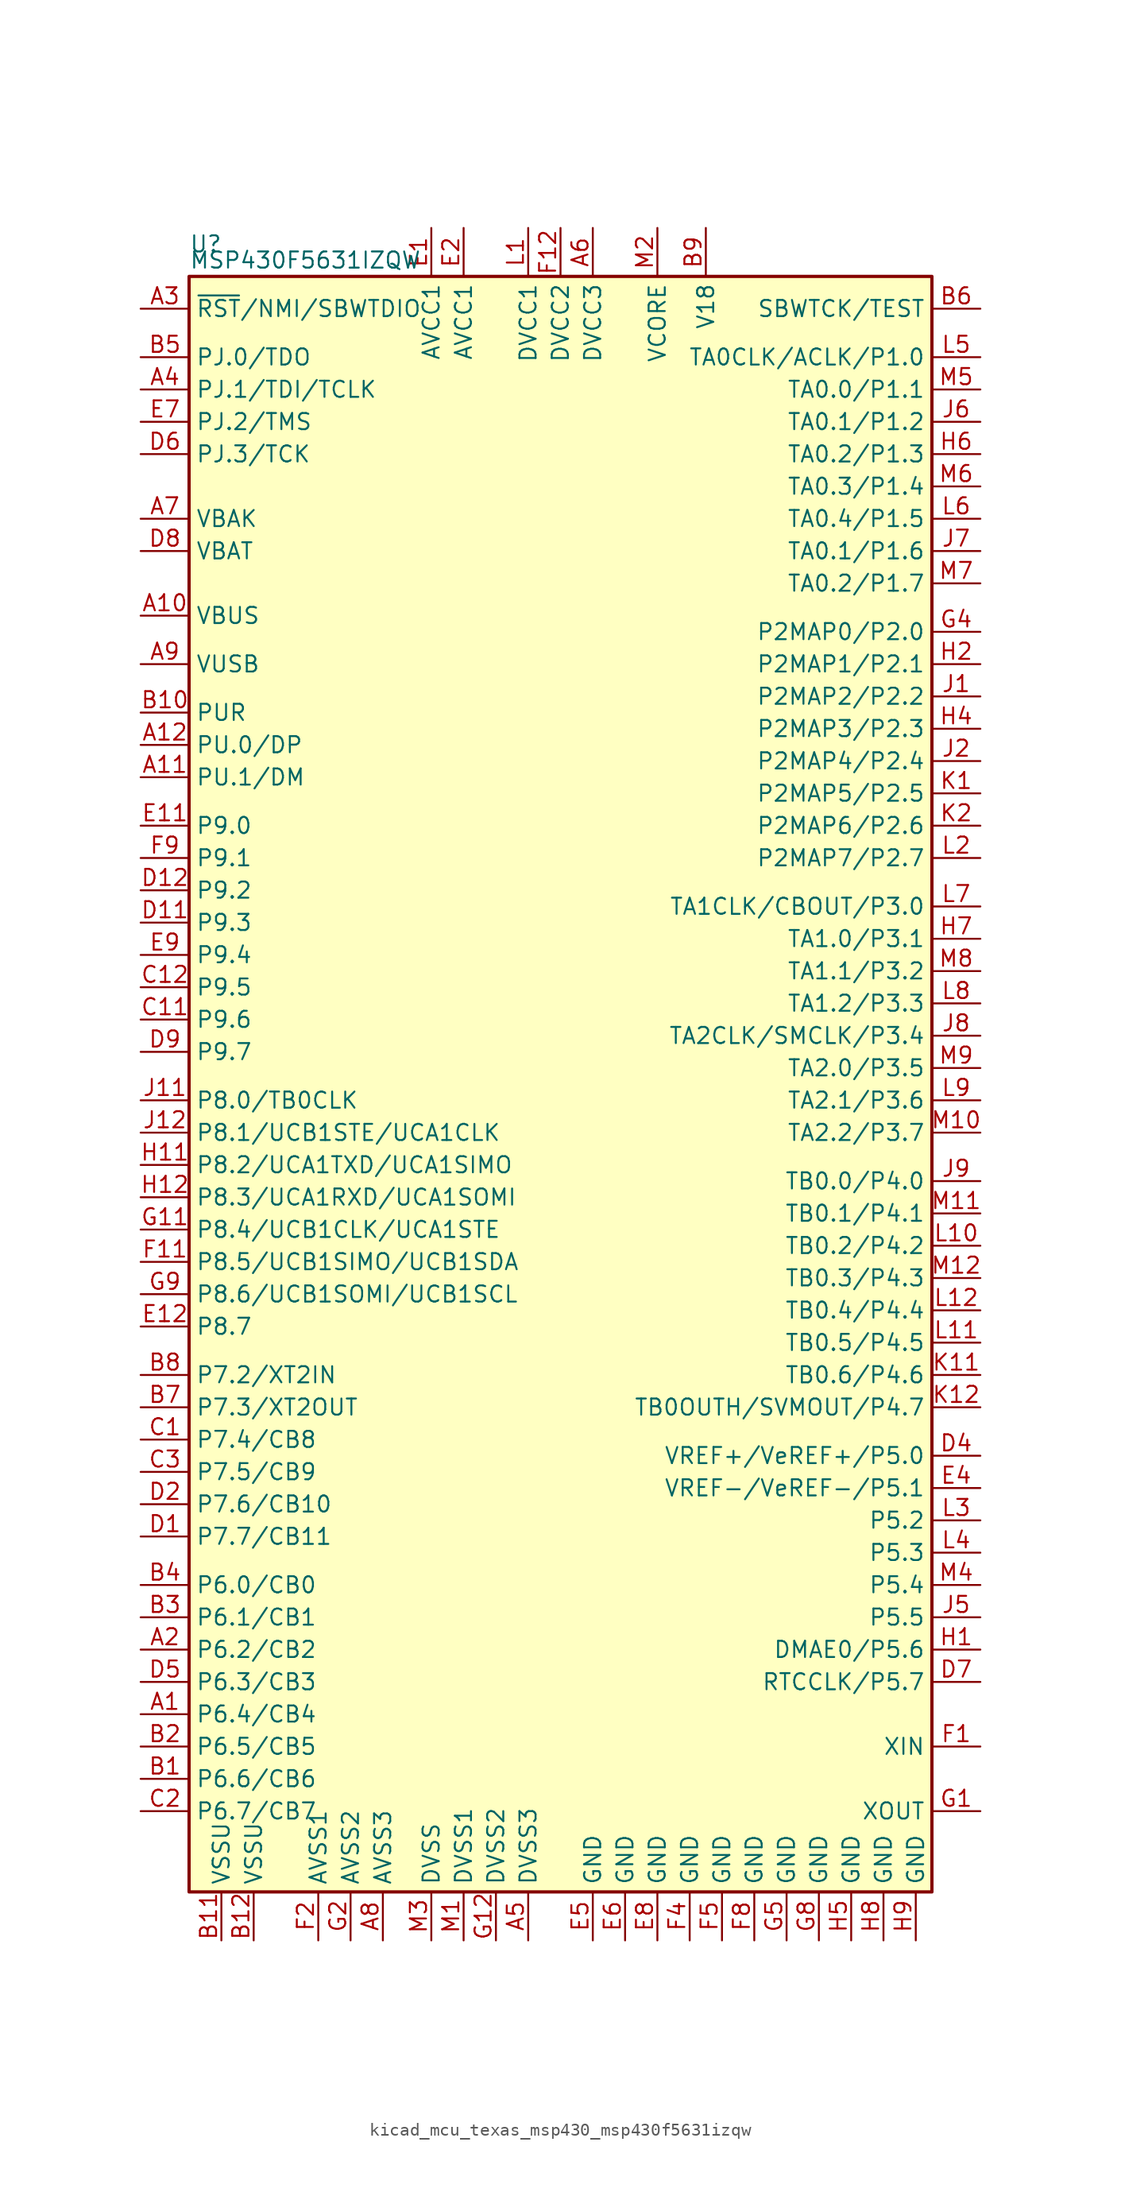
<source format=kicad_sym>
(kicad_symbol_lib
  (version 20220914)
  (generator kicad_symbol_editor)
  (symbol "kicad_mcu_texas_msp430_msp430f5631izqw"
    (property "Reference" "U"
      (at -29.21 66.04 0)
      (effects (font (size 1.27 1.27)) (justify left)))
    (property "Value" "MSP430F5631IZQW"
      (at -29.21 64.77 0)
      (effects (font (size 1.27 1.27)) (justify left)))
    (symbol "kicad_mcu_texas_msp430_msp430f5631izqw_0_1"
      (rectangle (start -29.21 63.5) (end 29.21 -63.5) (stroke (width 0.254) (type default)) (fill (type background))))
    (symbol "kicad_mcu_texas_msp430_msp430f5631izqw_1_1"
      (pin bidirectional line (at -33.02 -49.53 0) (length 3.81) (name "P6.4/CB4" (effects (font (size 1.27 1.27)))) (number "A1" (effects (font (size 1.27 1.27)))))
      (pin bidirectional line (at -33.02 36.83 0) (length 3.81) (name "VBUS" (effects (font (size 1.27 1.27)))) (number "A10" (effects (font (size 1.27 1.27)))))
      (pin bidirectional line (at -33.02 24.13 0) (length 3.81) (name "PU.1/DM" (effects (font (size 1.27 1.27)))) (number "A11" (effects (font (size 1.27 1.27)))))
      (pin bidirectional line (at -33.02 26.67 0) (length 3.81) (name "PU.0/DP" (effects (font (size 1.27 1.27)))) (number "A12" (effects (font (size 1.27 1.27)))))
      (pin bidirectional line (at -33.02 -44.45 0) (length 3.81) (name "P6.2/CB2" (effects (font (size 1.27 1.27)))) (number "A2" (effects (font (size 1.27 1.27)))))
      (pin input line (at -33.02 60.96 0) (length 3.81) (name "~{RST}/NMI/SBWTDIO" (effects (font (size 1.27 1.27)))) (number "A3" (effects (font (size 1.27 1.27)))))
      (pin bidirectional line (at -33.02 54.61 0) (length 3.81) (name "PJ.1/TDI/TCLK" (effects (font (size 1.27 1.27)))) (number "A4" (effects (font (size 1.27 1.27)))))
      (pin power_in line (at -2.54 -67.31 90) (length 3.81) (name "DVSS3" (effects (font (size 1.27 1.27)))) (number "A5" (effects (font (size 1.27 1.27)))))
      (pin power_in line (at 2.54 67.31 270) (length 3.81) (name "DVCC3" (effects (font (size 1.27 1.27)))) (number "A6" (effects (font (size 1.27 1.27)))))
      (pin bidirectional line (at -33.02 44.45 0) (length 3.81) (name "VBAK" (effects (font (size 1.27 1.27)))) (number "A7" (effects (font (size 1.27 1.27)))))
      (pin power_in line (at -13.97 -67.31 90) (length 3.81) (name "AVSS3" (effects (font (size 1.27 1.27)))) (number "A8" (effects (font (size 1.27 1.27)))))
      (pin bidirectional line (at -33.02 33.02 0) (length 3.81) (name "VUSB" (effects (font (size 1.27 1.27)))) (number "A9" (effects (font (size 1.27 1.27)))))
      (pin bidirectional line (at -33.02 -54.61 0) (length 3.81) (name "P6.6/CB6" (effects (font (size 1.27 1.27)))) (number "B1" (effects (font (size 1.27 1.27)))))
      (pin bidirectional line (at -33.02 29.21 0) (length 3.81) (name "PUR" (effects (font (size 1.27 1.27)))) (number "B10" (effects (font (size 1.27 1.27)))))
      (pin power_in line (at -26.67 -67.31 90) (length 3.81) (name "VSSU" (effects (font (size 1.27 1.27)))) (number "B11" (effects (font (size 1.27 1.27)))))
      (pin power_in line (at -24.13 -67.31 90) (length 3.81) (name "VSSU" (effects (font (size 1.27 1.27)))) (number "B12" (effects (font (size 1.27 1.27)))))
      (pin bidirectional line (at -33.02 -52.07 0) (length 3.81) (name "P6.5/CB5" (effects (font (size 1.27 1.27)))) (number "B2" (effects (font (size 1.27 1.27)))))
      (pin bidirectional line (at -33.02 -41.91 0) (length 3.81) (name "P6.1/CB1" (effects (font (size 1.27 1.27)))) (number "B3" (effects (font (size 1.27 1.27)))))
      (pin bidirectional line (at -33.02 -39.37 0) (length 3.81) (name "P6.0/CB0" (effects (font (size 1.27 1.27)))) (number "B4" (effects (font (size 1.27 1.27)))))
      (pin bidirectional line (at -33.02 57.15 0) (length 3.81) (name "PJ.0/TDO" (effects (font (size 1.27 1.27)))) (number "B5" (effects (font (size 1.27 1.27)))))
      (pin input line (at 33.02 60.96 180) (length 3.81) (name "SBWTCK/TEST" (effects (font (size 1.27 1.27)))) (number "B6" (effects (font (size 1.27 1.27)))))
      (pin bidirectional line (at -33.02 -25.4 0) (length 3.81) (name "P7.3/XT2OUT" (effects (font (size 1.27 1.27)))) (number "B7" (effects (font (size 1.27 1.27)))))
      (pin bidirectional line (at -33.02 -22.86 0) (length 3.81) (name "P7.2/XT2IN" (effects (font (size 1.27 1.27)))) (number "B8" (effects (font (size 1.27 1.27)))))
      (pin passive line (at 11.43 67.31 270) (length 3.81) (name "V18" (effects (font (size 1.27 1.27)))) (number "B9" (effects (font (size 1.27 1.27)))))
      (pin bidirectional line (at -33.02 -27.94 0) (length 3.81) (name "P7.4/CB8" (effects (font (size 1.27 1.27)))) (number "C1" (effects (font (size 1.27 1.27)))))
      (pin bidirectional line (at -33.02 5.08 0) (length 3.81) (name "P9.6" (effects (font (size 1.27 1.27)))) (number "C11" (effects (font (size 1.27 1.27)))))
      (pin bidirectional line (at -33.02 7.62 0) (length 3.81) (name "P9.5" (effects (font (size 1.27 1.27)))) (number "C12" (effects (font (size 1.27 1.27)))))
      (pin bidirectional line (at -33.02 -57.15 0) (length 3.81) (name "P6.7/CB7" (effects (font (size 1.27 1.27)))) (number "C2" (effects (font (size 1.27 1.27)))))
      (pin bidirectional line (at -33.02 -30.48 0) (length 3.81) (name "P7.5/CB9" (effects (font (size 1.27 1.27)))) (number "C3" (effects (font (size 1.27 1.27)))))
      (pin bidirectional line (at -33.02 -35.56 0) (length 3.81) (name "P7.7/CB11" (effects (font (size 1.27 1.27)))) (number "D1" (effects (font (size 1.27 1.27)))))
      (pin bidirectional line (at -33.02 12.7 0) (length 3.81) (name "P9.3" (effects (font (size 1.27 1.27)))) (number "D11" (effects (font (size 1.27 1.27)))))
      (pin bidirectional line (at -33.02 15.24 0) (length 3.81) (name "P9.2" (effects (font (size 1.27 1.27)))) (number "D12" (effects (font (size 1.27 1.27)))))
      (pin bidirectional line (at -33.02 -33.02 0) (length 3.81) (name "P7.6/CB10" (effects (font (size 1.27 1.27)))) (number "D2" (effects (font (size 1.27 1.27)))))
      (pin bidirectional line (at 33.02 -29.21 180) (length 3.81) (name "VREF+/VeREF+/P5.0" (effects (font (size 1.27 1.27)))) (number "D4" (effects (font (size 1.27 1.27)))))
      (pin bidirectional line (at -33.02 -46.99 0) (length 3.81) (name "P6.3/CB3" (effects (font (size 1.27 1.27)))) (number "D5" (effects (font (size 1.27 1.27)))))
      (pin bidirectional line (at -33.02 49.53 0) (length 3.81) (name "PJ.3/TCK" (effects (font (size 1.27 1.27)))) (number "D6" (effects (font (size 1.27 1.27)))))
      (pin bidirectional line (at 33.02 -46.99 180) (length 3.81) (name "RTCCLK/P5.7" (effects (font (size 1.27 1.27)))) (number "D7" (effects (font (size 1.27 1.27)))))
      (pin bidirectional line (at -33.02 41.91 0) (length 3.81) (name "VBAT" (effects (font (size 1.27 1.27)))) (number "D8" (effects (font (size 1.27 1.27)))))
      (pin bidirectional line (at -33.02 2.54 0) (length 3.81) (name "P9.7" (effects (font (size 1.27 1.27)))) (number "D9" (effects (font (size 1.27 1.27)))))
      (pin power_in line (at -10.16 67.31 270) (length 3.81) (name "AVCC1" (effects (font (size 1.27 1.27)))) (number "E1" (effects (font (size 1.27 1.27)))))
      (pin bidirectional line (at -33.02 20.32 0) (length 3.81) (name "P9.0" (effects (font (size 1.27 1.27)))) (number "E11" (effects (font (size 1.27 1.27)))))
      (pin bidirectional line (at -33.02 -19.05 0) (length 3.81) (name "P8.7" (effects (font (size 1.27 1.27)))) (number "E12" (effects (font (size 1.27 1.27)))))
      (pin power_in line (at -7.62 67.31 270) (length 3.81) (name "AVCC1" (effects (font (size 1.27 1.27)))) (number "E2" (effects (font (size 1.27 1.27)))))
      (pin bidirectional line (at 33.02 -31.75 180) (length 3.81) (name "VREF-/VeREF-/P5.1" (effects (font (size 1.27 1.27)))) (number "E4" (effects (font (size 1.27 1.27)))))
      (pin power_in line (at 2.54 -67.31 90) (length 3.81) (name "GND" (effects (font (size 1.27 1.27)))) (number "E5" (effects (font (size 1.27 1.27)))))
      (pin power_in line (at 5.08 -67.31 90) (length 3.81) (name "GND" (effects (font (size 1.27 1.27)))) (number "E6" (effects (font (size 1.27 1.27)))))
      (pin bidirectional line (at -33.02 52.07 0) (length 3.81) (name "PJ.2/TMS" (effects (font (size 1.27 1.27)))) (number "E7" (effects (font (size 1.27 1.27)))))
      (pin power_in line (at 7.62 -67.31 90) (length 3.81) (name "GND" (effects (font (size 1.27 1.27)))) (number "E8" (effects (font (size 1.27 1.27)))))
      (pin bidirectional line (at -33.02 10.16 0) (length 3.81) (name "P9.4" (effects (font (size 1.27 1.27)))) (number "E9" (effects (font (size 1.27 1.27)))))
      (pin bidirectional line (at 33.02 -52.07 180) (length 3.81) (name "XIN" (effects (font (size 1.27 1.27)))) (number "F1" (effects (font (size 1.27 1.27)))))
      (pin bidirectional line (at -33.02 -13.97 0) (length 3.81) (name "P8.5/UCB1SIMO/UCB1SDA" (effects (font (size 1.27 1.27)))) (number "F11" (effects (font (size 1.27 1.27)))))
      (pin power_in line (at 0 67.31 270) (length 3.81) (name "DVCC2" (effects (font (size 1.27 1.27)))) (number "F12" (effects (font (size 1.27 1.27)))))
      (pin power_in line (at -19.05 -67.31 90) (length 3.81) (name "AVSS1" (effects (font (size 1.27 1.27)))) (number "F2" (effects (font (size 1.27 1.27)))))
      (pin power_in line (at 10.16 -67.31 90) (length 3.81) (name "GND" (effects (font (size 1.27 1.27)))) (number "F4" (effects (font (size 1.27 1.27)))))
      (pin power_in line (at 12.7 -67.31 90) (length 3.81) (name "GND" (effects (font (size 1.27 1.27)))) (number "F5" (effects (font (size 1.27 1.27)))))
      (pin power_in line (at 15.24 -67.31 90) (length 3.81) (name "GND" (effects (font (size 1.27 1.27)))) (number "F8" (effects (font (size 1.27 1.27)))))
      (pin bidirectional line (at -33.02 17.78 0) (length 3.81) (name "P9.1" (effects (font (size 1.27 1.27)))) (number "F9" (effects (font (size 1.27 1.27)))))
      (pin bidirectional line (at 33.02 -57.15 180) (length 3.81) (name "XOUT" (effects (font (size 1.27 1.27)))) (number "G1" (effects (font (size 1.27 1.27)))))
      (pin bidirectional line (at -33.02 -11.43 0) (length 3.81) (name "P8.4/UCB1CLK/UCA1STE" (effects (font (size 1.27 1.27)))) (number "G11" (effects (font (size 1.27 1.27)))))
      (pin power_in line (at -5.08 -67.31 90) (length 3.81) (name "DVSS2" (effects (font (size 1.27 1.27)))) (number "G12" (effects (font (size 1.27 1.27)))))
      (pin power_in line (at -16.51 -67.31 90) (length 3.81) (name "AVSS2" (effects (font (size 1.27 1.27)))) (number "G2" (effects (font (size 1.27 1.27)))))
      (pin bidirectional line (at 33.02 35.56 180) (length 3.81) (name "P2MAP0/P2.0" (effects (font (size 1.27 1.27)))) (number "G4" (effects (font (size 1.27 1.27)))))
      (pin power_in line (at 17.78 -67.31 90) (length 3.81) (name "GND" (effects (font (size 1.27 1.27)))) (number "G5" (effects (font (size 1.27 1.27)))))
      (pin power_in line (at 20.32 -67.31 90) (length 3.81) (name "GND" (effects (font (size 1.27 1.27)))) (number "G8" (effects (font (size 1.27 1.27)))))
      (pin bidirectional line (at -33.02 -16.51 0) (length 3.81) (name "P8.6/UCB1SOMI/UCB1SCL" (effects (font (size 1.27 1.27)))) (number "G9" (effects (font (size 1.27 1.27)))))
      (pin bidirectional line (at 33.02 -44.45 180) (length 3.81) (name "DMAE0/P5.6" (effects (font (size 1.27 1.27)))) (number "H1" (effects (font (size 1.27 1.27)))))
      (pin bidirectional line (at -33.02 -6.35 0) (length 3.81) (name "P8.2/UCA1TXD/UCA1SIMO" (effects (font (size 1.27 1.27)))) (number "H11" (effects (font (size 1.27 1.27)))))
      (pin bidirectional line (at -33.02 -8.89 0) (length 3.81) (name "P8.3/UCA1RXD/UCA1SOMI" (effects (font (size 1.27 1.27)))) (number "H12" (effects (font (size 1.27 1.27)))))
      (pin bidirectional line (at 33.02 33.02 180) (length 3.81) (name "P2MAP1/P2.1" (effects (font (size 1.27 1.27)))) (number "H2" (effects (font (size 1.27 1.27)))))
      (pin bidirectional line (at 33.02 27.94 180) (length 3.81) (name "P2MAP3/P2.3" (effects (font (size 1.27 1.27)))) (number "H4" (effects (font (size 1.27 1.27)))))
      (pin power_in line (at 22.86 -67.31 90) (length 3.81) (name "GND" (effects (font (size 1.27 1.27)))) (number "H5" (effects (font (size 1.27 1.27)))))
      (pin bidirectional line (at 33.02 49.53 180) (length 3.81) (name "TA0.2/P1.3" (effects (font (size 1.27 1.27)))) (number "H6" (effects (font (size 1.27 1.27)))))
      (pin bidirectional line (at 33.02 11.43 180) (length 3.81) (name "TA1.0/P3.1" (effects (font (size 1.27 1.27)))) (number "H7" (effects (font (size 1.27 1.27)))))
      (pin power_in line (at 25.4 -67.31 90) (length 3.81) (name "GND" (effects (font (size 1.27 1.27)))) (number "H8" (effects (font (size 1.27 1.27)))))
      (pin power_in line (at 27.94 -67.31 90) (length 3.81) (name "GND" (effects (font (size 1.27 1.27)))) (number "H9" (effects (font (size 1.27 1.27)))))
      (pin bidirectional line (at 33.02 30.48 180) (length 3.81) (name "P2MAP2/P2.2" (effects (font (size 1.27 1.27)))) (number "J1" (effects (font (size 1.27 1.27)))))
      (pin bidirectional line (at -33.02 -1.27 0) (length 3.81) (name "P8.0/TB0CLK" (effects (font (size 1.27 1.27)))) (number "J11" (effects (font (size 1.27 1.27)))))
      (pin bidirectional line (at -33.02 -3.81 0) (length 3.81) (name "P8.1/UCB1STE/UCA1CLK" (effects (font (size 1.27 1.27)))) (number "J12" (effects (font (size 1.27 1.27)))))
      (pin bidirectional line (at 33.02 25.4 180) (length 3.81) (name "P2MAP4/P2.4" (effects (font (size 1.27 1.27)))) (number "J2" (effects (font (size 1.27 1.27)))))
      (pin bidirectional line (at 33.02 -41.91 180) (length 3.81) (name "P5.5" (effects (font (size 1.27 1.27)))) (number "J5" (effects (font (size 1.27 1.27)))))
      (pin bidirectional line (at 33.02 52.07 180) (length 3.81) (name "TA0.1/P1.2" (effects (font (size 1.27 1.27)))) (number "J6" (effects (font (size 1.27 1.27)))))
      (pin bidirectional line (at 33.02 41.91 180) (length 3.81) (name "TA0.1/P1.6" (effects (font (size 1.27 1.27)))) (number "J7" (effects (font (size 1.27 1.27)))))
      (pin bidirectional line (at 33.02 3.81 180) (length 3.81) (name "TA2CLK/SMCLK/P3.4" (effects (font (size 1.27 1.27)))) (number "J8" (effects (font (size 1.27 1.27)))))
      (pin bidirectional line (at 33.02 -7.62 180) (length 3.81) (name "TB0.0/P4.0" (effects (font (size 1.27 1.27)))) (number "J9" (effects (font (size 1.27 1.27)))))
      (pin bidirectional line (at 33.02 22.86 180) (length 3.81) (name "P2MAP5/P2.5" (effects (font (size 1.27 1.27)))) (number "K1" (effects (font (size 1.27 1.27)))))
      (pin bidirectional line (at 33.02 -22.86 180) (length 3.81) (name "TB0.6/P4.6" (effects (font (size 1.27 1.27)))) (number "K11" (effects (font (size 1.27 1.27)))))
      (pin bidirectional line (at 33.02 -25.4 180) (length 3.81) (name "TB0OUTH/SVMOUT/P4.7" (effects (font (size 1.27 1.27)))) (number "K12" (effects (font (size 1.27 1.27)))))
      (pin bidirectional line (at 33.02 20.32 180) (length 3.81) (name "P2MAP6/P2.6" (effects (font (size 1.27 1.27)))) (number "K2" (effects (font (size 1.27 1.27)))))
      (pin power_in line (at -2.54 67.31 270) (length 3.81) (name "DVCC1" (effects (font (size 1.27 1.27)))) (number "L1" (effects (font (size 1.27 1.27)))))
      (pin bidirectional line (at 33.02 -12.7 180) (length 3.81) (name "TB0.2/P4.2" (effects (font (size 1.27 1.27)))) (number "L10" (effects (font (size 1.27 1.27)))))
      (pin bidirectional line (at 33.02 -20.32 180) (length 3.81) (name "TB0.5/P4.5" (effects (font (size 1.27 1.27)))) (number "L11" (effects (font (size 1.27 1.27)))))
      (pin bidirectional line (at 33.02 -17.78 180) (length 3.81) (name "TB0.4/P4.4" (effects (font (size 1.27 1.27)))) (number "L12" (effects (font (size 1.27 1.27)))))
      (pin bidirectional line (at 33.02 17.78 180) (length 3.81) (name "P2MAP7/P2.7" (effects (font (size 1.27 1.27)))) (number "L2" (effects (font (size 1.27 1.27)))))
      (pin bidirectional line (at 33.02 -34.29 180) (length 3.81) (name "P5.2" (effects (font (size 1.27 1.27)))) (number "L3" (effects (font (size 1.27 1.27)))))
      (pin bidirectional line (at 33.02 -36.83 180) (length 3.81) (name "P5.3" (effects (font (size 1.27 1.27)))) (number "L4" (effects (font (size 1.27 1.27)))))
      (pin bidirectional line (at 33.02 57.15 180) (length 3.81) (name "TA0CLK/ACLK/P1.0" (effects (font (size 1.27 1.27)))) (number "L5" (effects (font (size 1.27 1.27)))))
      (pin bidirectional line (at 33.02 44.45 180) (length 3.81) (name "TA0.4/P1.5" (effects (font (size 1.27 1.27)))) (number "L6" (effects (font (size 1.27 1.27)))))
      (pin bidirectional line (at 33.02 13.97 180) (length 3.81) (name "TA1CLK/CBOUT/P3.0" (effects (font (size 1.27 1.27)))) (number "L7" (effects (font (size 1.27 1.27)))))
      (pin bidirectional line (at 33.02 6.35 180) (length 3.81) (name "TA1.2/P3.3" (effects (font (size 1.27 1.27)))) (number "L8" (effects (font (size 1.27 1.27)))))
      (pin bidirectional line (at 33.02 -1.27 180) (length 3.81) (name "TA2.1/P3.6" (effects (font (size 1.27 1.27)))) (number "L9" (effects (font (size 1.27 1.27)))))
      (pin power_in line (at -7.62 -67.31 90) (length 3.81) (name "DVSS1" (effects (font (size 1.27 1.27)))) (number "M1" (effects (font (size 1.27 1.27)))))
      (pin bidirectional line (at 33.02 -3.81 180) (length 3.81) (name "TA2.2/P3.7" (effects (font (size 1.27 1.27)))) (number "M10" (effects (font (size 1.27 1.27)))))
      (pin bidirectional line (at 33.02 -10.16 180) (length 3.81) (name "TB0.1/P4.1" (effects (font (size 1.27 1.27)))) (number "M11" (effects (font (size 1.27 1.27)))))
      (pin bidirectional line (at 33.02 -15.24 180) (length 3.81) (name "TB0.3/P4.3" (effects (font (size 1.27 1.27)))) (number "M12" (effects (font (size 1.27 1.27)))))
      (pin bidirectional line (at 7.62 67.31 270) (length 3.81) (name "VCORE" (effects (font (size 1.27 1.27)))) (number "M2" (effects (font (size 1.27 1.27)))))
      (pin power_in line (at -10.16 -67.31 90) (length 3.81) (name "DVSS" (effects (font (size 1.27 1.27)))) (number "M3" (effects (font (size 1.27 1.27)))))
      (pin bidirectional line (at 33.02 -39.37 180) (length 3.81) (name "P5.4" (effects (font (size 1.27 1.27)))) (number "M4" (effects (font (size 1.27 1.27)))))
      (pin bidirectional line (at 33.02 54.61 180) (length 3.81) (name "TA0.0/P1.1" (effects (font (size 1.27 1.27)))) (number "M5" (effects (font (size 1.27 1.27)))))
      (pin bidirectional line (at 33.02 46.99 180) (length 3.81) (name "TA0.3/P1.4" (effects (font (size 1.27 1.27)))) (number "M6" (effects (font (size 1.27 1.27)))))
      (pin bidirectional line (at 33.02 39.37 180) (length 3.81) (name "TA0.2/P1.7" (effects (font (size 1.27 1.27)))) (number "M7" (effects (font (size 1.27 1.27)))))
      (pin bidirectional line (at 33.02 8.89 180) (length 3.81) (name "TA1.1/P3.2" (effects (font (size 1.27 1.27)))) (number "M8" (effects (font (size 1.27 1.27)))))
      (pin bidirectional line (at 33.02 1.27 180) (length 3.81) (name "TA2.0/P3.5" (effects (font (size 1.27 1.27)))) (number "M9" (effects (font (size 1.27 1.27))))))))
</source>
